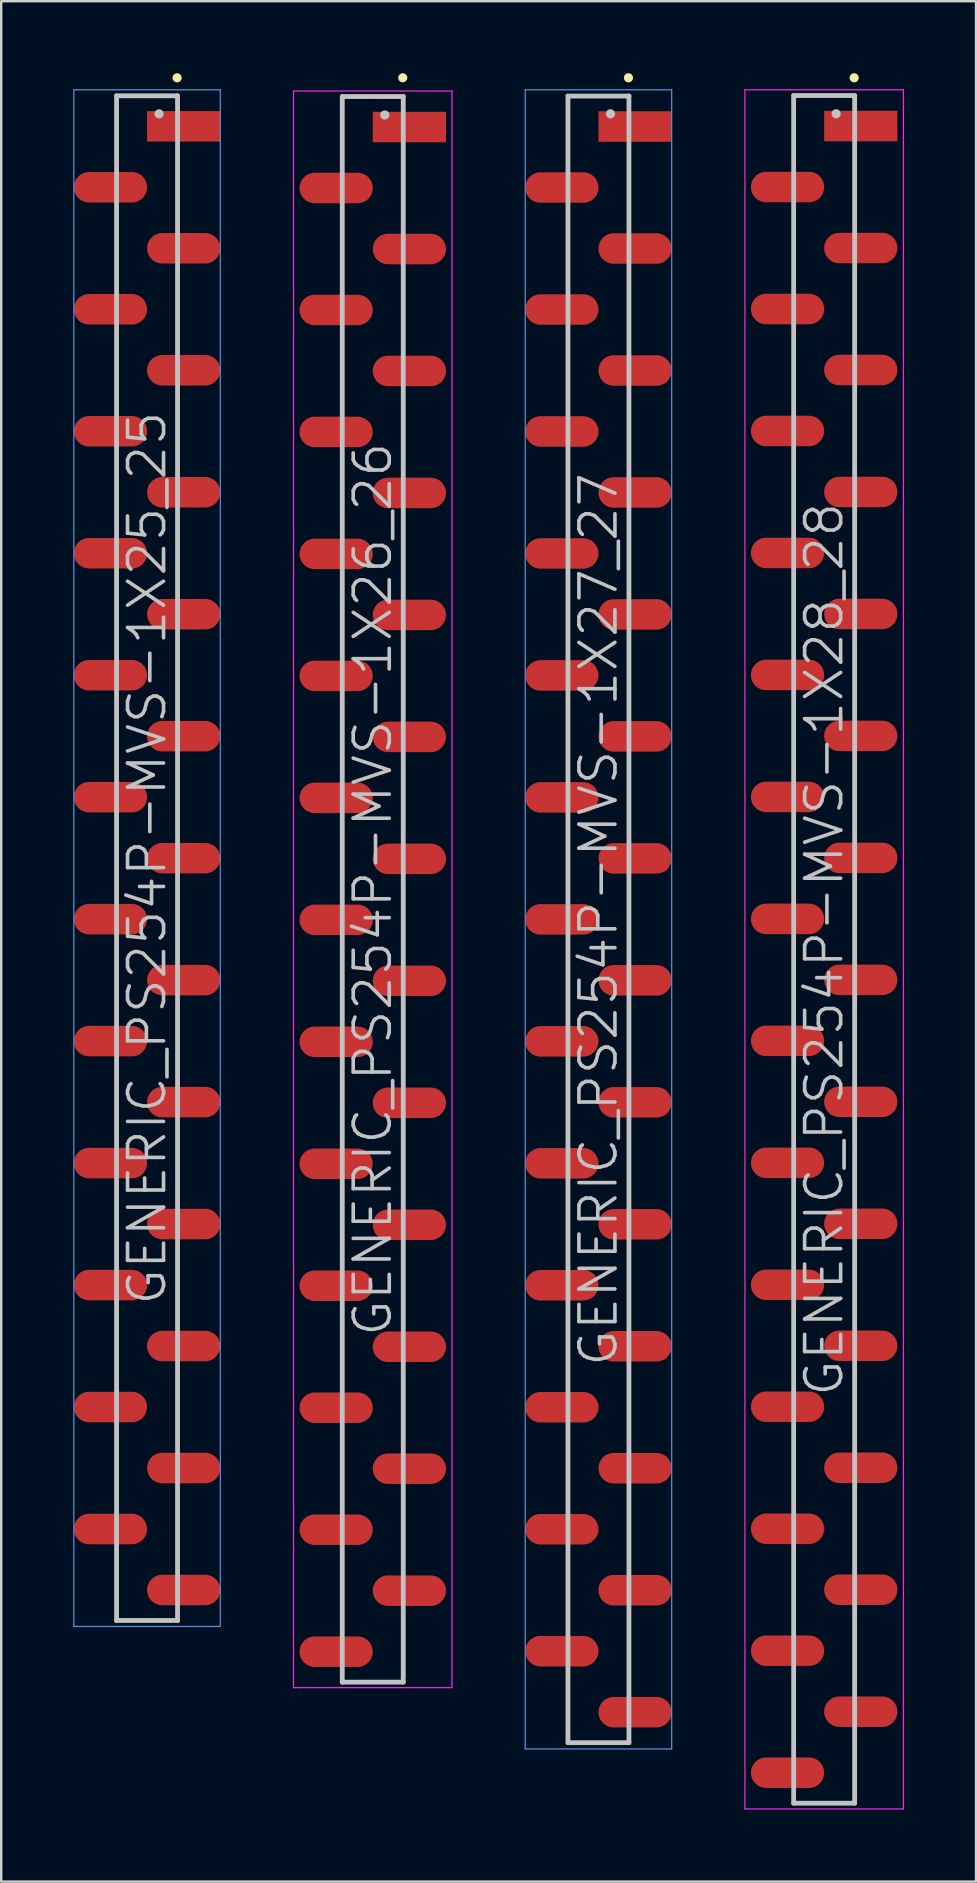
<source format=kicad_pcb>
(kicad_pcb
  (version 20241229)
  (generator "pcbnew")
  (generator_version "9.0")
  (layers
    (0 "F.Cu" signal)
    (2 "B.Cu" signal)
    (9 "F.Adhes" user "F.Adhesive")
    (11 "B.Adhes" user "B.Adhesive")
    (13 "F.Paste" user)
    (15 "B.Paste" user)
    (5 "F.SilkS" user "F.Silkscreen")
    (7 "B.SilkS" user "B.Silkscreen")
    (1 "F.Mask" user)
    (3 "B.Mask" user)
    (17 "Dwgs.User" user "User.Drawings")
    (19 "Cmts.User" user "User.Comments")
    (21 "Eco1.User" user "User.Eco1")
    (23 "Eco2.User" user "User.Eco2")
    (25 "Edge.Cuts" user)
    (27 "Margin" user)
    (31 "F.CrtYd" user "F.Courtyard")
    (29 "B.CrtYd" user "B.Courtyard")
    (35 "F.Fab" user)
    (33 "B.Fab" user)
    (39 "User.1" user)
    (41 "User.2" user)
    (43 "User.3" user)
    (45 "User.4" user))
  (footprint "GENERIC_PS254P-MVS-1X28_28"
    (layer "F.Cu")
    (at 31.275 36.49)
    (property "Reference" "GENERIC_PS254P-MVS-1X28_28" (at 0 0 90) (layer "Dwgs.User") (effects (font (size 1.5 1.5) (thickness 0.15))))
    (attr smd)
    (fp_line (start 1.25 -36.3) (end 1.25 -36.3) (stroke (width 0.381) (type solid)) (layer "F.SilkS"))
    (fp_line (start -1.27 -35.56) (end -1.27 35.56) (stroke (width 0.2) (type solid)) (layer "Dwgs.User"))
    (fp_line (start -1.27 -35.56) (end 1.27 -35.56) (stroke (width 0.2) (type solid)) (layer "Dwgs.User"))
    (fp_line (start -1.27 35.56) (end 1.27 35.56) (stroke (width 0.2) (type solid)) (layer "Dwgs.User"))
    (fp_line (start 0.5 -34.8) (end 0.5 -34.8) (stroke (width 0.381) (type solid)) (layer "Dwgs.User"))
    (fp_line (start 1.27 -35.56) (end 1.27 35.56) (stroke (width 0.2) (type solid)) (layer "Dwgs.User"))
    (fp_line (start -3.3 -35.8) (end -3.3 35.8) (stroke (width 0.05) (type solid)) (layer "F.CrtYd"))
    (fp_line (start -3.3 -35.8) (end 3.3 -35.8) (stroke (width 0.05) (type solid)) (layer "F.CrtYd"))
    (fp_line (start -3.3 35.8) (end 3.3 35.8) (stroke (width 0.05) (type solid)) (layer "F.CrtYd"))
    (fp_line (start 3.3 -35.8) (end 3.3 35.8) (stroke (width 0.05) (type solid)) (layer "F.CrtYd"))
    (pad "1" smd rect (at 1.525 -34.29 90) (size 1.27 3.05) (layers "F.Cu" "F.Mask" "F.Paste"))
    (pad "2" smd oval (at -1.525 -31.75 90) (size 1.27 3.05) (layers "F.Cu" "F.Mask" "F.Paste"))
    (pad "3" smd oval (at 1.525 -29.21 90) (size 1.27 3.05) (layers "F.Cu" "F.Mask" "F.Paste"))
    (pad "4" smd oval (at -1.525 -26.67 90) (size 1.27 3.05) (layers "F.Cu" "F.Mask" "F.Paste"))
    (pad "5" smd oval (at 1.525 -24.13 90) (size 1.27 3.05) (layers "F.Cu" "F.Mask" "F.Paste"))
    (pad "6" smd oval (at -1.525 -21.59 90) (size 1.27 3.05) (layers "F.Cu" "F.Mask" "F.Paste"))
    (pad "7" smd oval (at 1.525 -19.05 90) (size 1.27 3.05) (layers "F.Cu" "F.Mask" "F.Paste"))
    (pad "8" smd oval (at -1.525 -16.51 90) (size 1.27 3.05) (layers "F.Cu" "F.Mask" "F.Paste"))
    (pad "9" smd oval (at 1.525 -13.97 90) (size 1.27 3.05) (layers "F.Cu" "F.Mask" "F.Paste"))
    (pad "10" smd oval (at -1.525 -11.43 90) (size 1.27 3.05) (layers "F.Cu" "F.Mask" "F.Paste"))
    (pad "11" smd oval (at 1.525 -8.89 90) (size 1.27 3.05) (layers "F.Cu" "F.Mask" "F.Paste"))
    (pad "12" smd oval (at -1.525 -6.35 90) (size 1.27 3.05) (layers "F.Cu" "F.Mask" "F.Paste"))
    (pad "13" smd oval (at 1.525 -3.81 90) (size 1.27 3.05) (layers "F.Cu" "F.Mask" "F.Paste"))
    (pad "14" smd oval (at -1.525 -1.27 90) (size 1.27 3.05) (layers "F.Cu" "F.Mask" "F.Paste"))
    (pad "15" smd oval (at 1.525 1.27 90) (size 1.27 3.05) (layers "F.Cu" "F.Mask" "F.Paste"))
    (pad "16" smd oval (at -1.525 3.81 90) (size 1.27 3.05) (layers "F.Cu" "F.Mask" "F.Paste"))
    (pad "17" smd oval (at 1.525 6.35 90) (size 1.27 3.05) (layers "F.Cu" "F.Mask" "F.Paste"))
    (pad "18" smd oval (at -1.525 8.89 90) (size 1.27 3.05) (layers "F.Cu" "F.Mask" "F.Paste"))
    (pad "19" smd oval (at 1.525 11.43 90) (size 1.27 3.05) (layers "F.Cu" "F.Mask" "F.Paste"))
    (pad "20" smd oval (at -1.525 13.97 90) (size 1.27 3.05) (layers "F.Cu" "F.Mask" "F.Paste"))
    (pad "21" smd oval (at 1.525 16.51 90) (size 1.27 3.05) (layers "F.Cu" "F.Mask" "F.Paste"))
    (pad "22" smd oval (at -1.525 19.05 90) (size 1.27 3.05) (layers "F.Cu" "F.Mask" "F.Paste"))
    (pad "23" smd oval (at 1.525 21.59 90) (size 1.27 3.05) (layers "F.Cu" "F.Mask" "F.Paste"))
    (pad "24" smd oval (at -1.525 24.13 90) (size 1.27 3.05) (layers "F.Cu" "F.Mask" "F.Paste"))
    (pad "25" smd oval (at 1.525 26.67 90) (size 1.27 3.05) (layers "F.Cu" "F.Mask" "F.Paste"))
    (pad "26" smd oval (at -1.525 29.21 90) (size 1.27 3.05) (layers "F.Cu" "F.Mask" "F.Paste"))
    (pad "27" smd oval (at 1.525 31.75 90) (size 1.27 3.05) (layers "F.Cu" "F.Mask" "F.Paste"))
    (pad "28" smd oval (at -1.525 34.29 90) (size 1.27 3.05) (layers "F.Cu" "F.Mask" "F.Paste")))
  (footprint "GENERIC_PS254P-MVS-1X26_26"
    (layer "F.Cu")
    (at 12.475 33.99)
    (property "Reference" "GENERIC_PS254P-MVS-1X26_26" (at 0 0 90) (layer "Dwgs.User") (effects (font (size 1.5 1.5) (thickness 0.15))))
    (attr smd)
    (fp_line (start 1.25 -33.8) (end 1.25 -33.8) (stroke (width 0.381) (type solid)) (layer "F.SilkS"))
    (fp_line (start -1.27 -33.02) (end -1.27 33.02) (stroke (width 0.2) (type solid)) (layer "Dwgs.User"))
    (fp_line (start -1.27 -33.02) (end 1.27 -33.02) (stroke (width 0.2) (type solid)) (layer "Dwgs.User"))
    (fp_line (start -1.27 33.02) (end 1.27 33.02) (stroke (width 0.2) (type solid)) (layer "Dwgs.User"))
    (fp_line (start 0.5 -32.25) (end 0.5 -32.25) (stroke (width 0.381) (type solid)) (layer "Dwgs.User"))
    (fp_line (start 1.27 -33.02) (end 1.27 33.02) (stroke (width 0.2) (type solid)) (layer "Dwgs.User"))
    (fp_line (start -3.3 -33.25) (end -3.3 33.25) (stroke (width 0.05) (type solid)) (layer "F.CrtYd"))
    (fp_line (start -3.3 -33.25) (end 3.3 -33.25) (stroke (width 0.05) (type solid)) (layer "F.CrtYd"))
    (fp_line (start -3.3 33.25) (end 3.3 33.25) (stroke (width 0.05) (type solid)) (layer "F.CrtYd"))
    (fp_line (start 3.3 -33.25) (end 3.3 33.25) (stroke (width 0.05) (type solid)) (layer "F.CrtYd"))
    (pad "1" smd rect (at 1.525 -31.75 90) (size 1.27 3.05) (layers "F.Cu" "F.Mask" "F.Paste"))
    (pad "2" smd oval (at -1.525 -29.21 90) (size 1.27 3.05) (layers "F.Cu" "F.Mask" "F.Paste"))
    (pad "3" smd oval (at 1.525 -26.67 90) (size 1.27 3.05) (layers "F.Cu" "F.Mask" "F.Paste"))
    (pad "4" smd oval (at -1.525 -24.13 90) (size 1.27 3.05) (layers "F.Cu" "F.Mask" "F.Paste"))
    (pad "5" smd oval (at 1.525 -21.59 90) (size 1.27 3.05) (layers "F.Cu" "F.Mask" "F.Paste"))
    (pad "6" smd oval (at -1.525 -19.05 90) (size 1.27 3.05) (layers "F.Cu" "F.Mask" "F.Paste"))
    (pad "7" smd oval (at 1.525 -16.51 90) (size 1.27 3.05) (layers "F.Cu" "F.Mask" "F.Paste"))
    (pad "8" smd oval (at -1.525 -13.97 90) (size 1.27 3.05) (layers "F.Cu" "F.Mask" "F.Paste"))
    (pad "9" smd oval (at 1.525 -11.43 90) (size 1.27 3.05) (layers "F.Cu" "F.Mask" "F.Paste"))
    (pad "10" smd oval (at -1.525 -8.89 90) (size 1.27 3.05) (layers "F.Cu" "F.Mask" "F.Paste"))
    (pad "11" smd oval (at 1.525 -6.35 90) (size 1.27 3.05) (layers "F.Cu" "F.Mask" "F.Paste"))
    (pad "12" smd oval (at -1.525 -3.81 90) (size 1.27 3.05) (layers "F.Cu" "F.Mask" "F.Paste"))
    (pad "13" smd oval (at 1.525 -1.27 90) (size 1.27 3.05) (layers "F.Cu" "F.Mask" "F.Paste"))
    (pad "14" smd oval (at -1.525 1.27 90) (size 1.27 3.05) (layers "F.Cu" "F.Mask" "F.Paste"))
    (pad "15" smd oval (at 1.525 3.81 90) (size 1.27 3.05) (layers "F.Cu" "F.Mask" "F.Paste"))
    (pad "16" smd oval (at -1.525 6.35 90) (size 1.27 3.05) (layers "F.Cu" "F.Mask" "F.Paste"))
    (pad "17" smd oval (at 1.525 8.89 90) (size 1.27 3.05) (layers "F.Cu" "F.Mask" "F.Paste"))
    (pad "18" smd oval (at -1.525 11.43 90) (size 1.27 3.05) (layers "F.Cu" "F.Mask" "F.Paste"))
    (pad "19" smd oval (at 1.525 13.97 90) (size 1.27 3.05) (layers "F.Cu" "F.Mask" "F.Paste"))
    (pad "20" smd oval (at -1.525 16.51 90) (size 1.27 3.05) (layers "F.Cu" "F.Mask" "F.Paste"))
    (pad "21" smd oval (at 1.525 19.05 90) (size 1.27 3.05) (layers "F.Cu" "F.Mask" "F.Paste"))
    (pad "22" smd oval (at -1.525 21.59 90) (size 1.27 3.05) (layers "F.Cu" "F.Mask" "F.Paste"))
    (pad "23" smd oval (at 1.525 24.13 90) (size 1.27 3.05) (layers "F.Cu" "F.Mask" "F.Paste"))
    (pad "24" smd oval (at -1.525 26.67 90) (size 1.27 3.05) (layers "F.Cu" "F.Mask" "F.Paste"))
    (pad "25" smd oval (at 1.525 29.21 90) (size 1.27 3.05) (layers "F.Cu" "F.Mask" "F.Paste"))
    (pad "26" smd oval (at -1.525 31.75 90) (size 1.27 3.05) (layers "F.Cu" "F.Mask" "F.Paste")))
  (footprint "GENERIC_PS254P-MVS-1X27_27"
    (layer "F.Cu")
    (at 21.875 35.24)
    (property "Reference" "GENERIC_PS254P-MVS-1X27_27" (at 0 0 90) (layer "Dwgs.User") (effects (font (size 1.5 1.5) (thickness 0.15))))
    (attr smd)
    (fp_line (start 1.25 -35.05) (end 1.25 -35.05) (stroke (width 0.381) (type solid)) (layer "F.SilkS"))
    (fp_line (start -1.27 -34.29) (end -1.27 34.29) (stroke (width 0.2) (type solid)) (layer "Dwgs.User"))
    (fp_line (start -1.27 -34.29) (end 1.27 -34.29) (stroke (width 0.2) (type solid)) (layer "Dwgs.User"))
    (fp_line (start -1.27 34.29) (end 1.27 34.29) (stroke (width 0.2) (type solid)) (layer "Dwgs.User"))
    (fp_line (start 0.5 -33.55) (end 0.5 -33.55) (stroke (width 0.381) (type solid)) (layer "Dwgs.User"))
    (fp_line (start 1.27 -34.29) (end 1.27 34.29) (stroke (width 0.2) (type solid)) (layer "Dwgs.User"))
    (fp_line (start -3.05 -34.55) (end -3.05 34.55) (stroke (width 0.05) (type solid)) (layer "Cmts.User"))
    (fp_line (start -3.05 -34.55) (end 3.05 -34.55) (stroke (width 0.05) (type solid)) (layer "Cmts.User"))
    (fp_line (start -3.05 34.55) (end 3.05 34.55) (stroke (width 0.05) (type solid)) (layer "Cmts.User"))
    (fp_line (start 3.05 -34.55) (end 3.05 34.55) (stroke (width 0.05) (type solid)) (layer "Cmts.User"))
    (pad "1" smd rect (at 1.525 -33.02 90) (size 1.27 3.05) (layers "F.Cu" "F.Mask" "F.Paste"))
    (pad "2" smd oval (at -1.525 -30.48 90) (size 1.27 3.05) (layers "F.Cu" "F.Mask" "F.Paste"))
    (pad "3" smd oval (at 1.525 -27.94 90) (size 1.27 3.05) (layers "F.Cu" "F.Mask" "F.Paste"))
    (pad "4" smd oval (at -1.525 -25.4 90) (size 1.27 3.05) (layers "F.Cu" "F.Mask" "F.Paste"))
    (pad "5" smd oval (at 1.525 -22.86 90) (size 1.27 3.05) (layers "F.Cu" "F.Mask" "F.Paste"))
    (pad "6" smd oval (at -1.525 -20.32 90) (size 1.27 3.05) (layers "F.Cu" "F.Mask" "F.Paste"))
    (pad "7" smd oval (at 1.525 -17.78 90) (size 1.27 3.05) (layers "F.Cu" "F.Mask" "F.Paste"))
    (pad "8" smd oval (at -1.525 -15.24 90) (size 1.27 3.05) (layers "F.Cu" "F.Mask" "F.Paste"))
    (pad "9" smd oval (at 1.525 -12.7 90) (size 1.27 3.05) (layers "F.Cu" "F.Mask" "F.Paste"))
    (pad "10" smd oval (at -1.525 -10.16 90) (size 1.27 3.05) (layers "F.Cu" "F.Mask" "F.Paste"))
    (pad "11" smd oval (at 1.525 -7.62 90) (size 1.27 3.05) (layers "F.Cu" "F.Mask" "F.Paste"))
    (pad "12" smd oval (at -1.525 -5.08 90) (size 1.27 3.05) (layers "F.Cu" "F.Mask" "F.Paste"))
    (pad "13" smd oval (at 1.525 -2.54 90) (size 1.27 3.05) (layers "F.Cu" "F.Mask" "F.Paste"))
    (pad "14" smd oval (at -1.525 0 90) (size 1.27 3.05) (layers "F.Cu" "F.Mask" "F.Paste"))
    (pad "15" smd oval (at 1.525 2.54 90) (size 1.27 3.05) (layers "F.Cu" "F.Mask" "F.Paste"))
    (pad "16" smd oval (at -1.525 5.08 90) (size 1.27 3.05) (layers "F.Cu" "F.Mask" "F.Paste"))
    (pad "17" smd oval (at 1.525 7.62 90) (size 1.27 3.05) (layers "F.Cu" "F.Mask" "F.Paste"))
    (pad "18" smd oval (at -1.525 10.16 90) (size 1.27 3.05) (layers "F.Cu" "F.Mask" "F.Paste"))
    (pad "19" smd oval (at 1.525 12.7 90) (size 1.27 3.05) (layers "F.Cu" "F.Mask" "F.Paste"))
    (pad "20" smd oval (at -1.525 15.24 90) (size 1.27 3.05) (layers "F.Cu" "F.Mask" "F.Paste"))
    (pad "21" smd oval (at 1.525 17.78 90) (size 1.27 3.05) (layers "F.Cu" "F.Mask" "F.Paste"))
    (pad "22" smd oval (at -1.525 20.32 90) (size 1.27 3.05) (layers "F.Cu" "F.Mask" "F.Paste"))
    (pad "23" smd oval (at 1.525 22.86 90) (size 1.27 3.05) (layers "F.Cu" "F.Mask" "F.Paste"))
    (pad "24" smd oval (at -1.525 25.4 90) (size 1.27 3.05) (layers "F.Cu" "F.Mask" "F.Paste"))
    (pad "25" smd oval (at 1.525 27.94 90) (size 1.27 3.05) (layers "F.Cu" "F.Mask" "F.Paste"))
    (pad "26" smd oval (at -1.525 30.48 90) (size 1.27 3.05) (layers "F.Cu" "F.Mask" "F.Paste"))
    (pad "27" smd oval (at 1.525 33.02 90) (size 1.27 3.05) (layers "F.Cu" "F.Mask" "F.Paste")))
  (footprint "GENERIC_PS254P-MVS-1X25_25"
    (layer "F.Cu")
    (at 3.075 32.691)
    (property "Reference" "GENERIC_PS254P-MVS-1X25_25" (at 0 0 90) (layer "Dwgs.User") (effects (font (size 1.5 1.5) (thickness 0.15))))
    (attr smd)
    (fp_line (start 1.25 -32.5) (end 1.25 -32.5) (stroke (width 0.381) (type solid)) (layer "F.SilkS"))
    (fp_line (start -1.27 -31.75) (end -1.27 31.75) (stroke (width 0.2) (type solid)) (layer "Dwgs.User"))
    (fp_line (start -1.27 -31.75) (end 1.27 -31.75) (stroke (width 0.2) (type solid)) (layer "Dwgs.User"))
    (fp_line (start -1.27 31.75) (end 1.27 31.75) (stroke (width 0.2) (type solid)) (layer "Dwgs.User"))
    (fp_line (start 0.5 -31) (end 0.5 -31) (stroke (width 0.381) (type solid)) (layer "Dwgs.User"))
    (fp_line (start 1.27 -31.75) (end 1.27 31.75) (stroke (width 0.2) (type solid)) (layer "Dwgs.User"))
    (fp_line (start -3.05 -32) (end -3.05 32) (stroke (width 0.05) (type solid)) (layer "Cmts.User"))
    (fp_line (start -3.05 -32) (end 3.05 -32) (stroke (width 0.05) (type solid)) (layer "Cmts.User"))
    (fp_line (start -3.05 32) (end 3.05 32) (stroke (width 0.05) (type solid)) (layer "Cmts.User"))
    (fp_line (start 3.05 -32) (end 3.05 32) (stroke (width 0.05) (type solid)) (layer "Cmts.User"))
    (pad "1" smd rect (at 1.525 -30.48 90) (size 1.27 3.05) (layers "F.Cu" "F.Mask" "F.Paste"))
    (pad "2" smd oval (at -1.525 -27.94 90) (size 1.27 3.05) (layers "F.Cu" "F.Mask" "F.Paste"))
    (pad "3" smd oval (at 1.525 -25.4 90) (size 1.27 3.05) (layers "F.Cu" "F.Mask" "F.Paste"))
    (pad "4" smd oval (at -1.525 -22.86 90) (size 1.27 3.05) (layers "F.Cu" "F.Mask" "F.Paste"))
    (pad "5" smd oval (at 1.525 -20.32 90) (size 1.27 3.05) (layers "F.Cu" "F.Mask" "F.Paste"))
    (pad "6" smd oval (at -1.525 -17.78 90) (size 1.27 3.05) (layers "F.Cu" "F.Mask" "F.Paste"))
    (pad "7" smd oval (at 1.525 -15.24 90) (size 1.27 3.05) (layers "F.Cu" "F.Mask" "F.Paste"))
    (pad "8" smd oval (at -1.525 -12.7 90) (size 1.27 3.05) (layers "F.Cu" "F.Mask" "F.Paste"))
    (pad "9" smd oval (at 1.525 -10.16 90) (size 1.27 3.05) (layers "F.Cu" "F.Mask" "F.Paste"))
    (pad "10" smd oval (at -1.525 -7.62 90) (size 1.27 3.05) (layers "F.Cu" "F.Mask" "F.Paste"))
    (pad "11" smd oval (at 1.525 -5.08 90) (size 1.27 3.05) (layers "F.Cu" "F.Mask" "F.Paste"))
    (pad "12" smd oval (at -1.525 -2.54 90) (size 1.27 3.05) (layers "F.Cu" "F.Mask" "F.Paste"))
    (pad "13" smd oval (at 1.525 0 90) (size 1.27 3.05) (layers "F.Cu" "F.Mask" "F.Paste"))
    (pad "14" smd oval (at -1.525 2.54 90) (size 1.27 3.05) (layers "F.Cu" "F.Mask" "F.Paste"))
    (pad "15" smd oval (at 1.525 5.08 90) (size 1.27 3.05) (layers "F.Cu" "F.Mask" "F.Paste"))
    (pad "16" smd oval (at -1.525 7.62 90) (size 1.27 3.05) (layers "F.Cu" "F.Mask" "F.Paste"))
    (pad "17" smd oval (at 1.525 10.16 90) (size 1.27 3.05) (layers "F.Cu" "F.Mask" "F.Paste"))
    (pad "18" smd oval (at -1.525 12.7 90) (size 1.27 3.05) (layers "F.Cu" "F.Mask" "F.Paste"))
    (pad "19" smd oval (at 1.525 15.24 90) (size 1.27 3.05) (layers "F.Cu" "F.Mask" "F.Paste"))
    (pad "20" smd oval (at -1.525 17.78 90) (size 1.27 3.05) (layers "F.Cu" "F.Mask" "F.Paste"))
    (pad "21" smd oval (at 1.525 20.32 90) (size 1.27 3.05) (layers "F.Cu" "F.Mask" "F.Paste"))
    (pad "22" smd oval (at -1.525 22.86 90) (size 1.27 3.05) (layers "F.Cu" "F.Mask" "F.Paste"))
    (pad "23" smd oval (at 1.525 25.4 90) (size 1.27 3.05) (layers "F.Cu" "F.Mask" "F.Paste"))
    (pad "24" smd oval (at -1.525 27.94 90) (size 1.27 3.05) (layers "F.Cu" "F.Mask" "F.Paste"))
    (pad "25" smd oval (at 1.525 30.48 90) (size 1.27 3.05) (layers "F.Cu" "F.Mask" "F.Paste")))
  (gr_rect
    (start -3 -3)
    (end 37.6 75.316)
    (stroke (width 0.1) (type default))
    (fill no)
    (layer "Edge.Cuts")))
</source>
